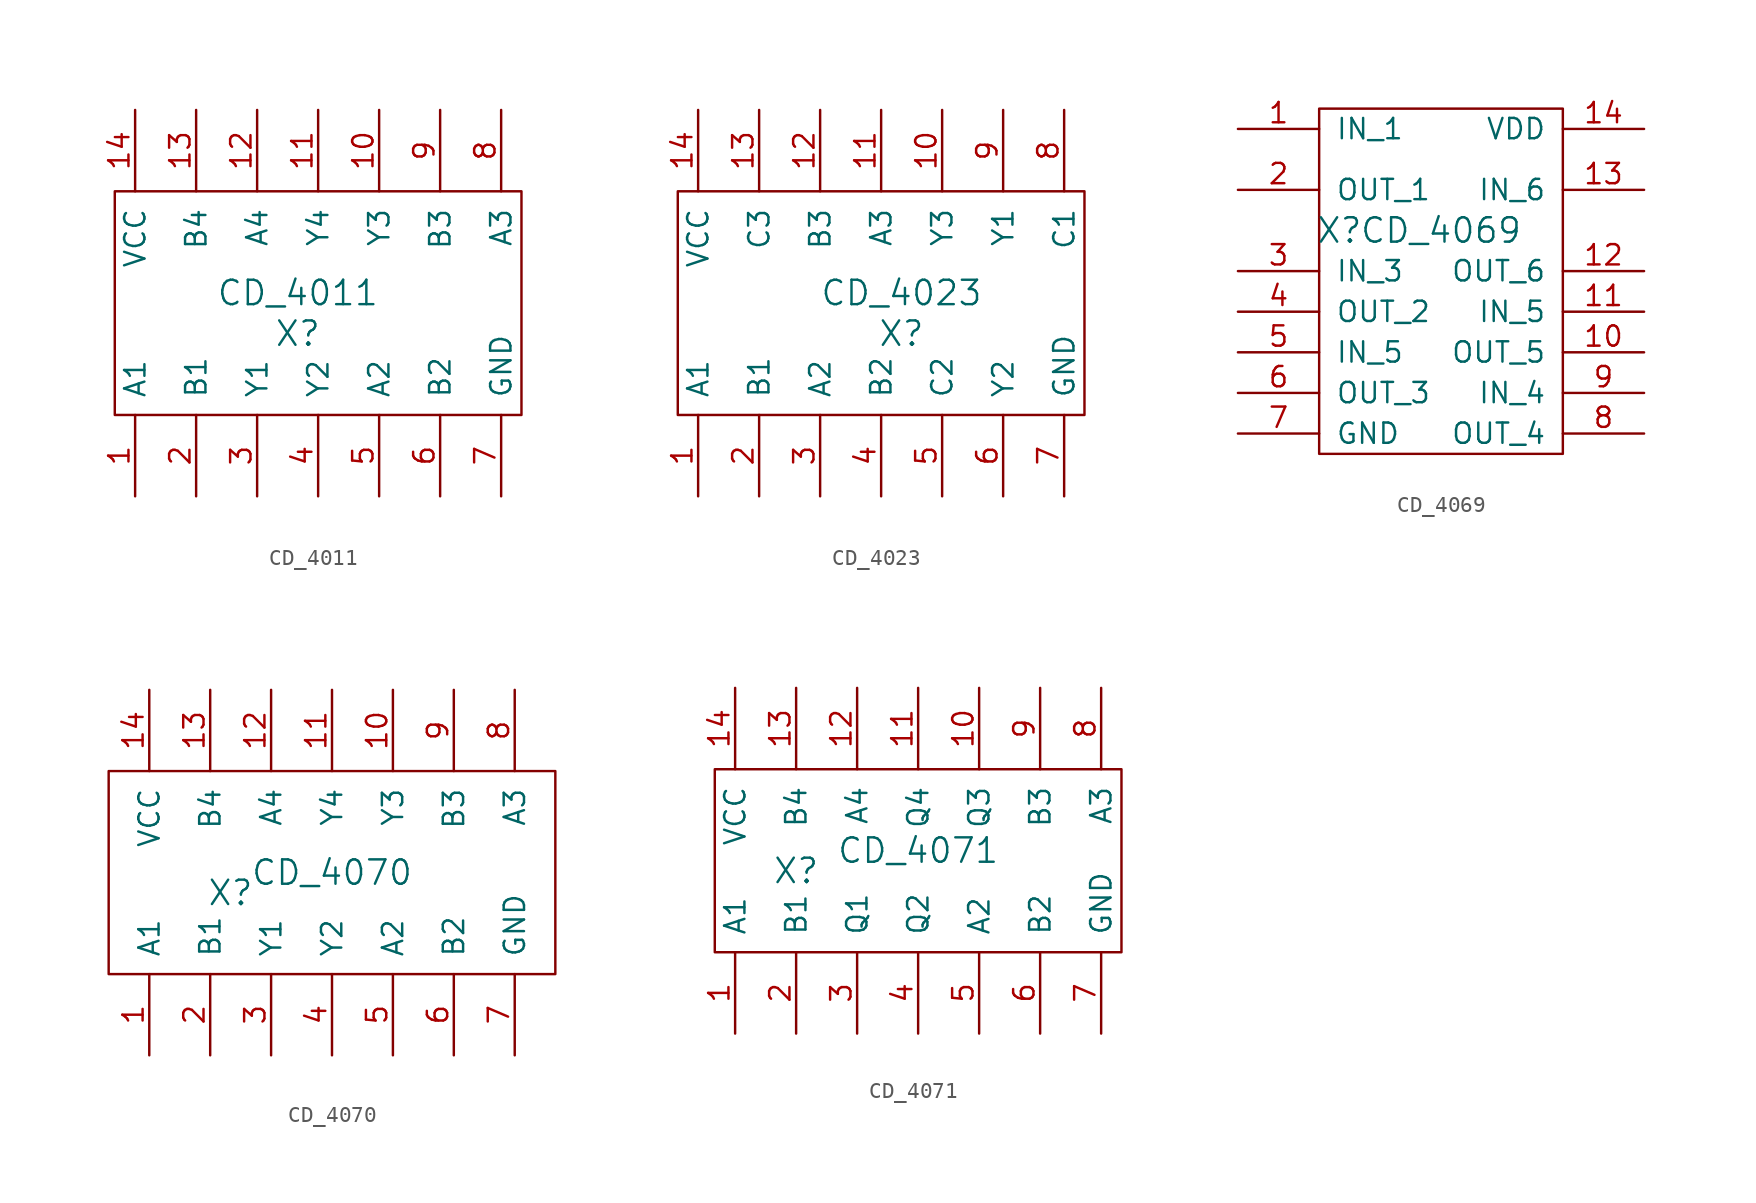
<source format=kicad_sym>
(kicad_symbol_lib
  (version 20211014)
  (generator kicad_symbol_editor)
  (symbol "CD_4011"
    (pin_names
      (offset 1.016))
    (property "Reference" "X"
      (at 0 -2.54 0)
      (effects (font (size 1.524 1.524))))
    (property "Value" "CD_4011"
      (at 0 0 0)
      (effects (font (size 1.524 1.524))))
    (symbol "CD_4011_0_1"
      (rectangle (start -11.43 6.35) (end 13.97 -7.62) (stroke (width 0) (type default) (color 0 0 0 0)) (fill (type none))))
    (symbol "CD_4011_1_1"
      (pin input line (at -10.16 -12.7 90) (length 5.08) (name "A1" (effects (font (size 1.27 1.27)))) (number "1" (effects (font (size 1.27 1.27)))))
      (pin output line (at 5.08 11.43 270) (length 5.08) (name "Y3" (effects (font (size 1.27 1.27)))) (number "10" (effects (font (size 1.27 1.27)))))
      (pin output line (at 1.27 11.43 270) (length 5.08) (name "Y4" (effects (font (size 1.27 1.27)))) (number "11" (effects (font (size 1.27 1.27)))))
      (pin input line (at -2.54 11.43 270) (length 5.08) (name "A4" (effects (font (size 1.27 1.27)))) (number "12" (effects (font (size 1.27 1.27)))))
      (pin input line (at -6.35 11.43 270) (length 5.08) (name "B4" (effects (font (size 1.27 1.27)))) (number "13" (effects (font (size 1.27 1.27)))))
      (pin input line (at -10.16 11.43 270) (length 5.08) (name "VCC" (effects (font (size 1.27 1.27)))) (number "14" (effects (font (size 1.27 1.27)))))
      (pin input line (at -6.35 -12.7 90) (length 5.08) (name "B1" (effects (font (size 1.27 1.27)))) (number "2" (effects (font (size 1.27 1.27)))))
      (pin output line (at -2.54 -12.7 90) (length 5.08) (name "Y1" (effects (font (size 1.27 1.27)))) (number "3" (effects (font (size 1.27 1.27)))))
      (pin output line (at 1.27 -12.7 90) (length 5.08) (name "Y2" (effects (font (size 1.27 1.27)))) (number "4" (effects (font (size 1.27 1.27)))))
      (pin input line (at 5.08 -12.7 90) (length 5.08) (name "A2" (effects (font (size 1.27 1.27)))) (number "5" (effects (font (size 1.27 1.27)))))
      (pin input line (at 8.89 -12.7 90) (length 5.08) (name "B2" (effects (font (size 1.27 1.27)))) (number "6" (effects (font (size 1.27 1.27)))))
      (pin input line (at 12.7 -12.7 90) (length 5.08) (name "GND" (effects (font (size 1.27 1.27)))) (number "7" (effects (font (size 1.27 1.27)))))
      (pin input line (at 12.7 11.43 270) (length 5.08) (name "A3" (effects (font (size 1.27 1.27)))) (number "8" (effects (font (size 1.27 1.27)))))
      (pin input line (at 8.89 11.43 270) (length 5.08) (name "B3" (effects (font (size 1.27 1.27)))) (number "9" (effects (font (size 1.27 1.27)))))))
  (symbol "CD_4023"
    (pin_names
      (offset 1.016))
    (property "Reference" "X"
      (at 0 -2.54 0)
      (effects (font (size 1.524 1.524))))
    (property "Value" "CD_4023"
      (at 0 0 0)
      (effects (font (size 1.524 1.524))))
    (symbol "CD_4023_0_1"
      (rectangle (start -13.97 6.35) (end 11.43 -7.62) (stroke (width 0) (type default) (color 0 0 0 0)) (fill (type none))))
    (symbol "CD_4023_1_1"
      (pin input line (at -12.7 -12.7 90) (length 5.08) (name "A1" (effects (font (size 1.27 1.27)))) (number "1" (effects (font (size 1.27 1.27)))))
      (pin output line (at 2.54 11.43 270) (length 5.08) (name "Y3" (effects (font (size 1.27 1.27)))) (number "10" (effects (font (size 1.27 1.27)))))
      (pin input line (at -1.27 11.43 270) (length 5.08) (name "A3" (effects (font (size 1.27 1.27)))) (number "11" (effects (font (size 1.27 1.27)))))
      (pin input line (at -5.08 11.43 270) (length 5.08) (name "B3" (effects (font (size 1.27 1.27)))) (number "12" (effects (font (size 1.27 1.27)))))
      (pin input line (at -8.89 11.43 270) (length 5.08) (name "C3" (effects (font (size 1.27 1.27)))) (number "13" (effects (font (size 1.27 1.27)))))
      (pin input line (at -12.7 11.43 270) (length 5.08) (name "VCC" (effects (font (size 1.27 1.27)))) (number "14" (effects (font (size 1.27 1.27)))))
      (pin input line (at -8.89 -12.7 90) (length 5.08) (name "B1" (effects (font (size 1.27 1.27)))) (number "2" (effects (font (size 1.27 1.27)))))
      (pin input line (at -5.08 -12.7 90) (length 5.08) (name "A2" (effects (font (size 1.27 1.27)))) (number "3" (effects (font (size 1.27 1.27)))))
      (pin input line (at -1.27 -12.7 90) (length 5.08) (name "B2" (effects (font (size 1.27 1.27)))) (number "4" (effects (font (size 1.27 1.27)))))
      (pin input line (at 2.54 -12.7 90) (length 5.08) (name "C2" (effects (font (size 1.27 1.27)))) (number "5" (effects (font (size 1.27 1.27)))))
      (pin output line (at 6.35 -12.7 90) (length 5.08) (name "Y2" (effects (font (size 1.27 1.27)))) (number "6" (effects (font (size 1.27 1.27)))))
      (pin input line (at 10.16 -12.7 90) (length 5.08) (name "GND" (effects (font (size 1.27 1.27)))) (number "7" (effects (font (size 1.27 1.27)))))
      (pin input line (at 10.16 11.43 270) (length 5.08) (name "C1" (effects (font (size 1.27 1.27)))) (number "8" (effects (font (size 1.27 1.27)))))
      (pin output line (at 6.35 11.43 270) (length 5.08) (name "Y1" (effects (font (size 1.27 1.27)))) (number "9" (effects (font (size 1.27 1.27)))))))
  (symbol "CD_4069"
    (pin_names
      (offset 1.016))
    (property "Reference" "X"
      (at -6.35 2.54 0)
      (effects (font (size 1.524 1.524))))
    (property "Value" "CD_4069"
      (at 0 2.54 0)
      (effects (font (size 1.524 1.524))))
    (symbol "CD_4069_0_1"
      (rectangle (start -7.62 10.16) (end 7.62 -11.43) (stroke (width 0) (type default) (color 0 0 0 0)) (fill (type none))))
    (symbol "CD_4069_1_1"
      (pin input line (at -12.7 8.89 0) (length 5.08) (name "IN_1" (effects (font (size 1.27 1.27)))) (number "1" (effects (font (size 1.27 1.27)))))
      (pin output line (at 12.7 -5.08 180) (length 5.08) (name "OUT_5" (effects (font (size 1.27 1.27)))) (number "10" (effects (font (size 1.27 1.27)))))
      (pin input line (at 12.7 -2.54 180) (length 5.08) (name "IN_5" (effects (font (size 1.27 1.27)))) (number "11" (effects (font (size 1.27 1.27)))))
      (pin output line (at 12.7 0 180) (length 5.08) (name "OUT_6" (effects (font (size 1.27 1.27)))) (number "12" (effects (font (size 1.27 1.27)))))
      (pin input line (at 12.7 5.08 180) (length 5.08) (name "IN_6" (effects (font (size 1.27 1.27)))) (number "13" (effects (font (size 1.27 1.27)))))
      (pin input line (at 12.7 8.89 180) (length 5.08) (name "VDD" (effects (font (size 1.27 1.27)))) (number "14" (effects (font (size 1.27 1.27)))))
      (pin output line (at -12.7 5.08 0) (length 5.08) (name "OUT_1" (effects (font (size 1.27 1.27)))) (number "2" (effects (font (size 1.27 1.27)))))
      (pin input line (at -12.7 0 0) (length 5.08) (name "IN_3" (effects (font (size 1.27 1.27)))) (number "3" (effects (font (size 1.27 1.27)))))
      (pin output line (at -12.7 -2.54 0) (length 5.08) (name "OUT_2" (effects (font (size 1.27 1.27)))) (number "4" (effects (font (size 1.27 1.27)))))
      (pin input line (at -12.7 -5.08 0) (length 5.08) (name "IN_5" (effects (font (size 1.27 1.27)))) (number "5" (effects (font (size 1.27 1.27)))))
      (pin output line (at -12.7 -7.62 0) (length 5.08) (name "OUT_3" (effects (font (size 1.27 1.27)))) (number "6" (effects (font (size 1.27 1.27)))))
      (pin input line (at -12.7 -10.16 0) (length 5.08) (name "GND" (effects (font (size 1.27 1.27)))) (number "7" (effects (font (size 1.27 1.27)))))
      (pin output line (at 12.7 -10.16 180) (length 5.08) (name "OUT_4" (effects (font (size 1.27 1.27)))) (number "8" (effects (font (size 1.27 1.27)))))
      (pin input line (at 12.7 -7.62 180) (length 5.08) (name "IN_4" (effects (font (size 1.27 1.27)))) (number "9" (effects (font (size 1.27 1.27)))))))
  (symbol "CD_4070"
    (pin_names
      (offset 1.016))
    (property "Reference" "X"
      (at -6.35 -1.27 0)
      (effects (font (size 1.524 1.524))))
    (property "Value" "CD_4070"
      (at 0 0 0)
      (effects (font (size 1.524 1.524))))
    (symbol "CD_4070_0_1"
      (rectangle (start -13.97 6.35) (end 13.97 -6.35) (stroke (width 0) (type default) (color 0 0 0 0)) (fill (type none))))
    (symbol "CD_4070_1_1"
      (pin input line (at -11.43 -11.43 90) (length 5.08) (name "A1" (effects (font (size 1.27 1.27)))) (number "1" (effects (font (size 1.27 1.27)))))
      (pin output line (at 3.81 11.43 270) (length 5.08) (name "Y3" (effects (font (size 1.27 1.27)))) (number "10" (effects (font (size 1.27 1.27)))))
      (pin output line (at 0 11.43 270) (length 5.08) (name "Y4" (effects (font (size 1.27 1.27)))) (number "11" (effects (font (size 1.27 1.27)))))
      (pin input line (at -3.81 11.43 270) (length 5.08) (name "A4" (effects (font (size 1.27 1.27)))) (number "12" (effects (font (size 1.27 1.27)))))
      (pin input line (at -7.62 11.43 270) (length 5.08) (name "B4" (effects (font (size 1.27 1.27)))) (number "13" (effects (font (size 1.27 1.27)))))
      (pin input line (at -11.43 11.43 270) (length 5.08) (name "VCC" (effects (font (size 1.27 1.27)))) (number "14" (effects (font (size 1.27 1.27)))))
      (pin input line (at -7.62 -11.43 90) (length 5.08) (name "B1" (effects (font (size 1.27 1.27)))) (number "2" (effects (font (size 1.27 1.27)))))
      (pin output line (at -3.81 -11.43 90) (length 5.08) (name "Y1" (effects (font (size 1.27 1.27)))) (number "3" (effects (font (size 1.27 1.27)))))
      (pin output line (at 0 -11.43 90) (length 5.08) (name "Y2" (effects (font (size 1.27 1.27)))) (number "4" (effects (font (size 1.27 1.27)))))
      (pin input line (at 3.81 -11.43 90) (length 5.08) (name "A2" (effects (font (size 1.27 1.27)))) (number "5" (effects (font (size 1.27 1.27)))))
      (pin input line (at 7.62 -11.43 90) (length 5.08) (name "B2" (effects (font (size 1.27 1.27)))) (number "6" (effects (font (size 1.27 1.27)))))
      (pin input line (at 11.43 -11.43 90) (length 5.08) (name "GND" (effects (font (size 1.27 1.27)))) (number "7" (effects (font (size 1.27 1.27)))))
      (pin input line (at 11.43 11.43 270) (length 5.08) (name "A3" (effects (font (size 1.27 1.27)))) (number "8" (effects (font (size 1.27 1.27)))))
      (pin input line (at 7.62 11.43 270) (length 5.08) (name "B3" (effects (font (size 1.27 1.27)))) (number "9" (effects (font (size 1.27 1.27)))))))
  (symbol "CD_4071"
    (pin_names
      (offset 1.016))
    (property "Reference" "X"
      (at -5.08 -1.27 0)
      (effects (font (size 1.524 1.524))))
    (property "Value" "CD_4071"
      (at 2.54 0 0)
      (effects (font (size 1.524 1.524))))
    (symbol "CD_4071_0_1"
      (rectangle (start -10.16 5.08) (end 15.24 -6.35) (stroke (width 0) (type default) (color 0 0 0 0)) (fill (type none))))
    (symbol "CD_4071_1_1"
      (pin input line (at -8.89 -11.43 90) (length 5.08) (name "A1" (effects (font (size 1.27 1.27)))) (number "1" (effects (font (size 1.27 1.27)))))
      (pin output line (at 6.35 10.16 270) (length 5.08) (name "Q3" (effects (font (size 1.27 1.27)))) (number "10" (effects (font (size 1.27 1.27)))))
      (pin output line (at 2.54 10.16 270) (length 5.08) (name "Q4" (effects (font (size 1.27 1.27)))) (number "11" (effects (font (size 1.27 1.27)))))
      (pin input line (at -1.27 10.16 270) (length 5.08) (name "A4" (effects (font (size 1.27 1.27)))) (number "12" (effects (font (size 1.27 1.27)))))
      (pin input line (at -5.08 10.16 270) (length 5.08) (name "B4" (effects (font (size 1.27 1.27)))) (number "13" (effects (font (size 1.27 1.27)))))
      (pin input line (at -8.89 10.16 270) (length 5.08) (name "VCC" (effects (font (size 1.27 1.27)))) (number "14" (effects (font (size 1.27 1.27)))))
      (pin input line (at -5.08 -11.43 90) (length 5.08) (name "B1" (effects (font (size 1.27 1.27)))) (number "2" (effects (font (size 1.27 1.27)))))
      (pin output line (at -1.27 -11.43 90) (length 5.08) (name "Q1" (effects (font (size 1.27 1.27)))) (number "3" (effects (font (size 1.27 1.27)))))
      (pin output line (at 2.54 -11.43 90) (length 5.08) (name "Q2" (effects (font (size 1.27 1.27)))) (number "4" (effects (font (size 1.27 1.27)))))
      (pin input line (at 6.35 -11.43 90) (length 5.08) (name "A2" (effects (font (size 1.27 1.27)))) (number "5" (effects (font (size 1.27 1.27)))))
      (pin input line (at 10.16 -11.43 90) (length 5.08) (name "B2" (effects (font (size 1.27 1.27)))) (number "6" (effects (font (size 1.27 1.27)))))
      (pin input line (at 13.97 -11.43 90) (length 5.08) (name "GND" (effects (font (size 1.27 1.27)))) (number "7" (effects (font (size 1.27 1.27)))))
      (pin input line (at 13.97 10.16 270) (length 5.08) (name "A3" (effects (font (size 1.27 1.27)))) (number "8" (effects (font (size 1.27 1.27)))))
      (pin input line (at 10.16 10.16 270) (length 5.08) (name "B3" (effects (font (size 1.27 1.27)))) (number "9" (effects (font (size 1.27 1.27))))))))
</source>
